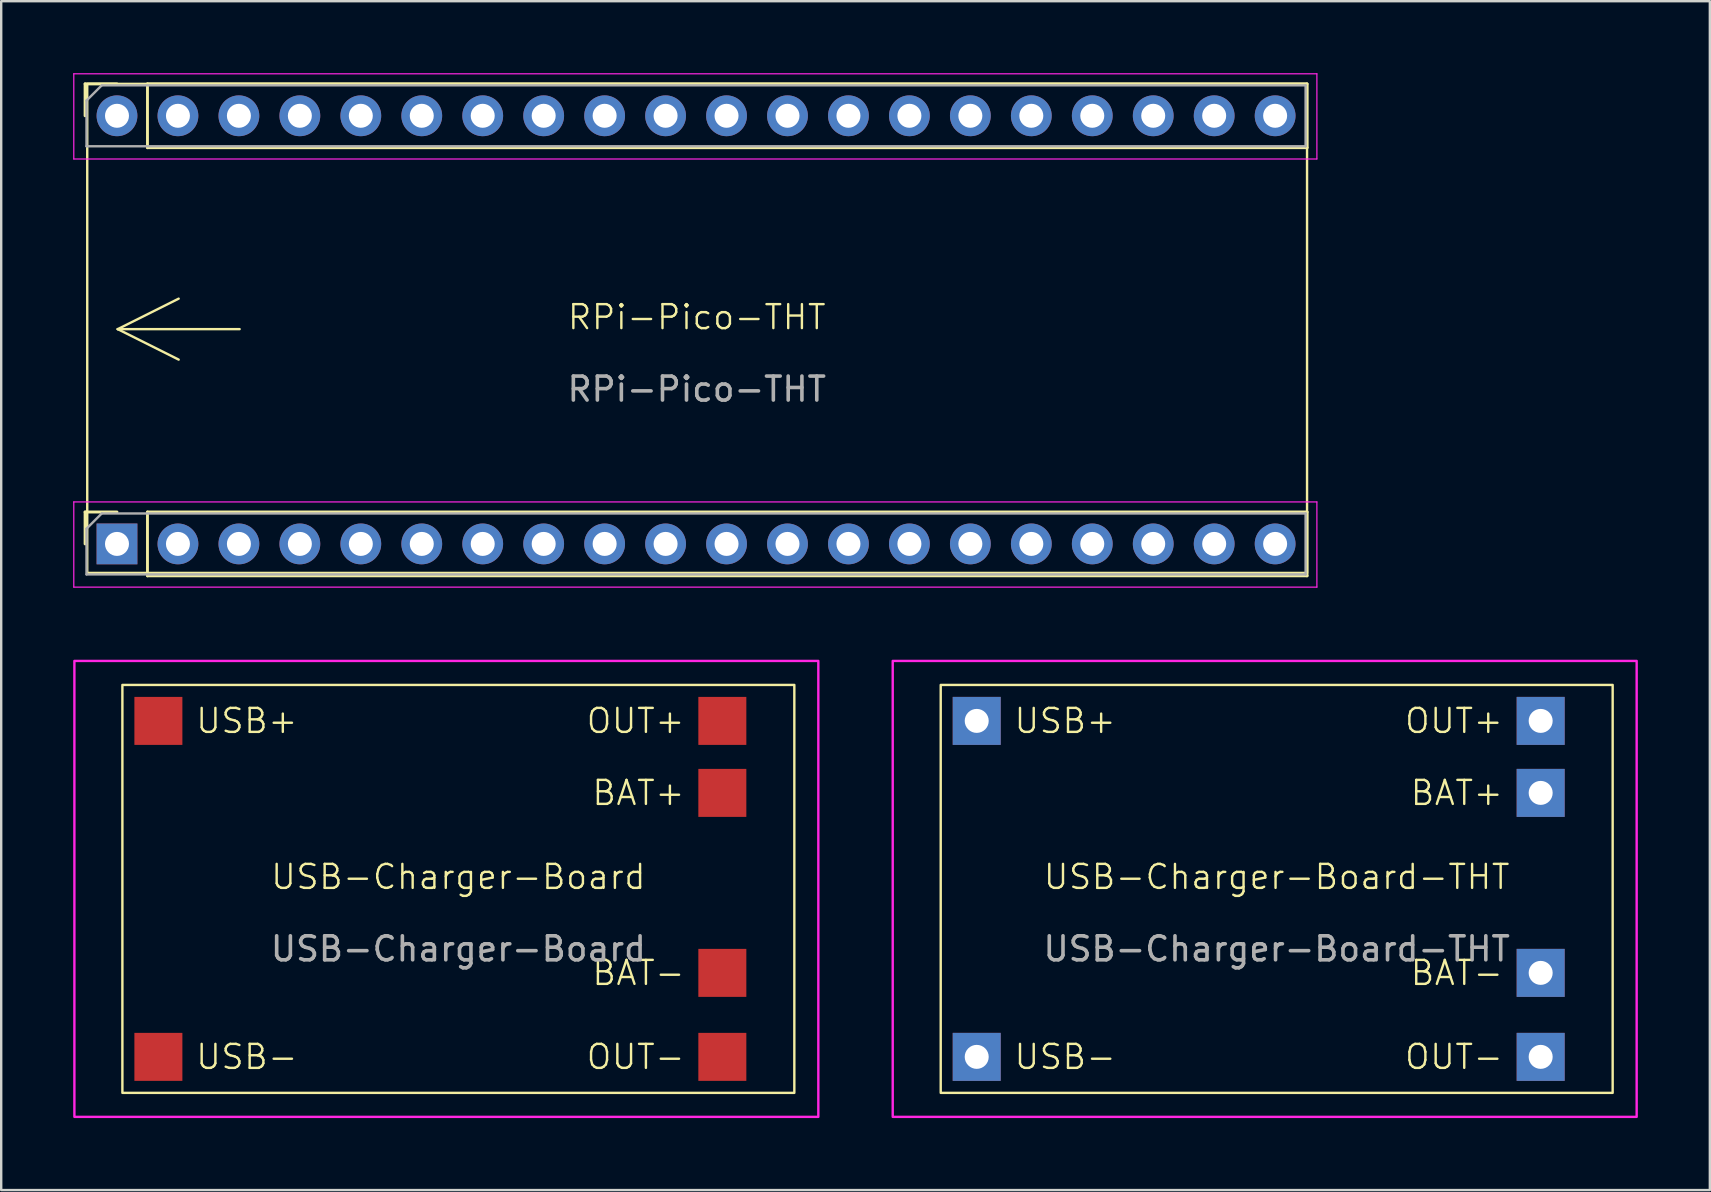
<source format=kicad_pcb>
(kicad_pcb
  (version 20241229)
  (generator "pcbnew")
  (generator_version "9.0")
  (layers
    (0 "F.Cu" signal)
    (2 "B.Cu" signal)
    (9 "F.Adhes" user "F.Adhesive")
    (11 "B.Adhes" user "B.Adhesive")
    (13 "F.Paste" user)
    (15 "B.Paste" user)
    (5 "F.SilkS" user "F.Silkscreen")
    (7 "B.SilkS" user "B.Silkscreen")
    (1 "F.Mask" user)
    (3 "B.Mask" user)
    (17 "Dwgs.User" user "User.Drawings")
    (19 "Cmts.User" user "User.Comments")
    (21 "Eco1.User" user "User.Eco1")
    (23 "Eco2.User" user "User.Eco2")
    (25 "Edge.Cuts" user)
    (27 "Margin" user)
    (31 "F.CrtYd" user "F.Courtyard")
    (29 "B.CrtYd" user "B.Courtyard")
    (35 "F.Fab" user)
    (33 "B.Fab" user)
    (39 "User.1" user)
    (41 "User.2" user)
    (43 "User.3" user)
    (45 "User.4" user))
  (footprint "USB-Charger-Board-THT"
    (layer "F.Cu")
    (at 50.15 33.99)
    (property "Reference" "USB-Charger-Board-THT" (at 0 -0.5 0) (unlocked yes) (layer "F.SilkS") (effects (font (size 1 1) (thickness 0.1))))
    (attr through_hole)
    (fp_rect (start -14 -8.5) (end 14 8.5) (stroke (width 0.1) (type default)) (fill no) (layer "F.SilkS"))
    (fp_rect (start 15 -9.5) (end -16 9.5) (stroke (width 0.1) (type default)) (fill no) (layer "F.CrtYd"))
    (fp_text user "BAT-" (at 9.5 3.5 0) (unlocked yes) (layer "F.SilkS") (effects (font (size 1 1) (thickness 0.1)) (justify right)))
    (fp_text user "BAT+" (at 9.5 -4 0) (unlocked yes) (layer "F.SilkS") (effects (font (size 1 1) (thickness 0.1)) (justify right)))
    (fp_text user "USB+" (at -11 -7 0) (unlocked yes) (layer "F.SilkS") (effects (font (size 1 1) (thickness 0.1)) (justify left)))
    (fp_text user "USB-" (at -11 7 0) (unlocked yes) (layer "F.SilkS") (effects (font (size 1 1) (thickness 0.1)) (justify left)))
    (fp_text user "OUT+" (at 9.5 -7 0) (unlocked yes) (layer "F.SilkS") (effects (font (size 1 1) (thickness 0.1)) (justify right)))
    (fp_text user "OUT-" (at 9.5 7 0) (unlocked yes) (layer "F.SilkS") (effects (font (size 1 1) (thickness 0.1)) (justify right)))
    (fp_text user "${REFERENCE}" (at 0 2.5 0) (unlocked yes) (layer "F.Fab") (effects (font (size 1 1) (thickness 0.15))))
    (pad "1" thru_hole rect (at -12.5 -7) (size 2 2) (drill 1) (layers "*.Cu" "*.Mask"))
    (pad "2" thru_hole rect (at -12.5 7) (size 2 2) (drill 1) (layers "*.Cu" "*.Mask"))
    (pad "3" thru_hole rect (at 11 -7) (size 2 2) (drill 1) (layers "*.Cu" "*.Mask"))
    (pad "4" thru_hole rect (at 11 -4) (size 2 2) (drill 1) (layers "*.Cu" "*.Mask"))
    (pad "5" thru_hole rect (at 11 3.5) (size 2 2) (drill 1) (layers "*.Cu" "*.Mask"))
    (pad "6" thru_hole rect (at 11 7) (size 2 2) (drill 1) (layers "*.Cu" "*.Mask")))
  (footprint "USB-Charger-Board"
    (layer "F.Cu")
    (at 16.05 33.99)
    (property "Reference" "USB-Charger-Board" (at 0 -0.5 0) (unlocked yes) (layer "F.SilkS") (effects (font (size 1 1) (thickness 0.1))))
    (attr smd)
    (fp_rect (start -14 -8.5) (end 14 8.5) (stroke (width 0.1) (type default)) (fill no) (layer "F.SilkS"))
    (fp_rect (start 15 -9.5) (end -16 9.5) (stroke (width 0.1) (type default)) (fill no) (layer "F.CrtYd"))
    (fp_text user "BAT+" (at 9.5 -4 0) (unlocked yes) (layer "F.SilkS") (effects (font (size 1 1) (thickness 0.1)) (justify right)))
    (fp_text user "BAT-" (at 9.5 3.5 0) (unlocked yes) (layer "F.SilkS") (effects (font (size 1 1) (thickness 0.1)) (justify right)))
    (fp_text user "USB+" (at -11 -7 0) (unlocked yes) (layer "F.SilkS") (effects (font (size 1 1) (thickness 0.1)) (justify left)))
    (fp_text user "USB-" (at -11 7 0) (unlocked yes) (layer "F.SilkS") (effects (font (size 1 1) (thickness 0.1)) (justify left)))
    (fp_text user "OUT-" (at 9.5 7 0) (unlocked yes) (layer "F.SilkS") (effects (font (size 1 1) (thickness 0.1)) (justify right)))
    (fp_text user "OUT+" (at 9.5 -7 0) (unlocked yes) (layer "F.SilkS") (effects (font (size 1 1) (thickness 0.1)) (justify right)))
    (fp_text user "${REFERENCE}" (at 0 2.5 0) (unlocked yes) (layer "F.Fab") (effects (font (size 1 1) (thickness 0.15))))
    (pad "1" smd rect (at -12.5 -7) (size 2 2) (layers "F.Cu" "F.Mask" "F.Paste"))
    (pad "2" smd rect (at -12.5 7) (size 2 2) (layers "F.Cu" "F.Mask" "F.Paste"))
    (pad "3" smd rect (at 11 -7) (size 2 2) (layers "F.Cu" "F.Mask" "F.Paste"))
    (pad "4" smd rect (at 11 -4) (size 2 2) (layers "F.Cu" "F.Mask" "F.Paste"))
    (pad "5" smd rect (at 11 3.5) (size 2 2) (layers "F.Cu" "F.Mask" "F.Paste"))
    (pad "6" smd rect (at 11 7) (size 2 2) (layers "F.Cu" "F.Mask" "F.Paste")))
  (footprint "RPi-Pico-THT"
    (layer "F.Cu")
    (at 25.985 10.665)
    (property "Reference" "RPi-Pico-THT" (at 0 -0.5 0) (unlocked yes) (layer "F.SilkS") (effects (font (size 1 1) (thickness 0.1))))
    (attr through_hole)
    (fp_line (start -25.49 -10.22) (end -24.16 -10.22) (stroke (width 0.12) (type solid)) (layer "F.SilkS"))
    (fp_line (start -25.49 -8.89) (end -25.49 -10.22) (stroke (width 0.12) (type solid)) (layer "F.SilkS"))
    (fp_line (start -25.49 7.62) (end -24.16 7.62) (stroke (width 0.12) (type solid)) (layer "F.SilkS"))
    (fp_line (start -25.49 8.95) (end -25.49 7.62) (stroke (width 0.12) (type solid)) (layer "F.SilkS"))
    (fp_line (start -24.13 0) (end -21.59 1.27) (stroke (width 0.1) (type default)) (layer "F.SilkS"))
    (fp_line (start -24.13 0) (end -19.05 0) (stroke (width 0.1) (type default)) (layer "F.SilkS"))
    (fp_line (start -22.89 -10.22) (end 25.43 -10.22) (stroke (width 0.12) (type solid)) (layer "F.SilkS"))
    (fp_line (start -22.89 -7.56) (end -22.89 -10.22) (stroke (width 0.12) (type solid)) (layer "F.SilkS"))
    (fp_line (start -22.89 -7.56) (end 25.43 -7.56) (stroke (width 0.12) (type solid)) (layer "F.SilkS"))
    (fp_line (start -22.89 7.62) (end 25.43 7.62) (stroke (width 0.12) (type solid)) (layer "F.SilkS"))
    (fp_line (start -22.89 10.28) (end -22.89 7.62) (stroke (width 0.12) (type solid)) (layer "F.SilkS"))
    (fp_line (start -22.89 10.28) (end 25.43 10.28) (stroke (width 0.12) (type solid)) (layer "F.SilkS"))
    (fp_line (start -21.59 -1.27) (end -24.13 0) (stroke (width 0.1) (type default)) (layer "F.SilkS"))
    (fp_line (start 25.43 -7.56) (end 25.43 -10.22) (stroke (width 0.12) (type solid)) (layer "F.SilkS"))
    (fp_line (start 25.43 10.28) (end 25.43 7.62) (stroke (width 0.12) (type solid)) (layer "F.SilkS"))
    (fp_rect (start 25.43 -10.22) (end -25.4 10.16) (stroke (width 0.1) (type default)) (fill no) (layer "F.SilkS"))
    (fp_line (start -25.96 -10.64) (end 25.84 -10.64) (stroke (width 0.05) (type solid)) (layer "F.CrtYd"))
    (fp_line (start -25.96 -7.09) (end -25.96 -10.64) (stroke (width 0.05) (type solid)) (layer "F.CrtYd"))
    (fp_line (start -25.96 7.2) (end 25.84 7.2) (stroke (width 0.05) (type solid)) (layer "F.CrtYd"))
    (fp_line (start -25.96 10.75) (end -25.96 7.2) (stroke (width 0.05) (type solid)) (layer "F.CrtYd"))
    (fp_line (start 25.84 -10.64) (end 25.84 -7.09) (stroke (width 0.05) (type solid)) (layer "F.CrtYd"))
    (fp_line (start 25.84 -7.09) (end -25.96 -7.09) (stroke (width 0.05) (type solid)) (layer "F.CrtYd"))
    (fp_line (start 25.84 7.2) (end 25.84 10.75) (stroke (width 0.05) (type solid)) (layer "F.CrtYd"))
    (fp_line (start 25.84 10.75) (end -25.96 10.75) (stroke (width 0.05) (type solid)) (layer "F.CrtYd"))
    (fp_line (start -25.43 -9.525) (end -24.795 -10.16) (stroke (width 0.1) (type solid)) (layer "F.Fab"))
    (fp_line (start -25.43 -7.62) (end -25.43 -9.525) (stroke (width 0.1) (type solid)) (layer "F.Fab"))
    (fp_line (start -25.43 8.315) (end -24.795 7.68) (stroke (width 0.1) (type solid)) (layer "F.Fab"))
    (fp_line (start -25.43 10.22) (end -25.43 8.315) (stroke (width 0.1) (type solid)) (layer "F.Fab"))
    (fp_line (start -24.795 -10.16) (end 25.37 -10.16) (stroke (width 0.1) (type solid)) (layer "F.Fab"))
    (fp_line (start -24.795 7.68) (end 25.37 7.68) (stroke (width 0.1) (type solid)) (layer "F.Fab"))
    (fp_line (start 25.37 -10.16) (end 25.37 -7.62) (stroke (width 0.1) (type solid)) (layer "F.Fab"))
    (fp_line (start 25.37 -7.62) (end -25.43 -7.62) (stroke (width 0.1) (type solid)) (layer "F.Fab"))
    (fp_line (start 25.37 7.68) (end 25.37 10.22) (stroke (width 0.1) (type solid)) (layer "F.Fab"))
    (fp_line (start 25.37 10.22) (end -25.43 10.22) (stroke (width 0.1) (type solid)) (layer "F.Fab"))
    (fp_text user "${REFERENCE}" (at 0 2.5 0) (unlocked yes) (layer "F.Fab") (effects (font (size 1 1) (thickness 0.15))))
    (pad "1" thru_hole rect (at -24.16 8.95 90) (size 1.7 1.7) (drill 1) (layers "*.Cu" "*.Mask"))
    (pad "2" thru_hole oval (at -21.62 8.95 90) (size 1.7 1.7) (drill 1) (layers "*.Cu" "*.Mask"))
    (pad "3" thru_hole oval (at -19.08 8.95 90) (size 1.7 1.7) (drill 1) (layers "*.Cu" "*.Mask"))
    (pad "4" thru_hole oval (at -16.54 8.95 90) (size 1.7 1.7) (drill 1) (layers "*.Cu" "*.Mask"))
    (pad "5" thru_hole oval (at -14 8.95 90) (size 1.7 1.7) (drill 1) (layers "*.Cu" "*.Mask"))
    (pad "6" thru_hole oval (at -11.46 8.95 90) (size 1.7 1.7) (drill 1) (layers "*.Cu" "*.Mask"))
    (pad "7" thru_hole oval (at -8.92 8.95 90) (size 1.7 1.7) (drill 1) (layers "*.Cu" "*.Mask"))
    (pad "8" thru_hole oval (at -6.38 8.95 90) (size 1.7 1.7) (drill 1) (layers "*.Cu" "*.Mask"))
    (pad "9" thru_hole oval (at -3.84 8.95 90) (size 1.7 1.7) (drill 1) (layers "*.Cu" "*.Mask"))
    (pad "10" thru_hole oval (at -1.3 8.95 90) (size 1.7 1.7) (drill 1) (layers "*.Cu" "*.Mask"))
    (pad "11" thru_hole oval (at 1.24 8.95 90) (size 1.7 1.7) (drill 1) (layers "*.Cu" "*.Mask"))
    (pad "12" thru_hole oval (at 3.78 8.95 90) (size 1.7 1.7) (drill 1) (layers "*.Cu" "*.Mask"))
    (pad "13" thru_hole oval (at 6.32 8.95 90) (size 1.7 1.7) (drill 1) (layers "*.Cu" "*.Mask"))
    (pad "14" thru_hole oval (at 8.86 8.95 90) (size 1.7 1.7) (drill 1) (layers "*.Cu" "*.Mask"))
    (pad "15" thru_hole oval (at 11.4 8.95 90) (size 1.7 1.7) (drill 1) (layers "*.Cu" "*.Mask"))
    (pad "16" thru_hole oval (at 13.94 8.95 90) (size 1.7 1.7) (drill 1) (layers "*.Cu" "*.Mask"))
    (pad "17" thru_hole oval (at 16.48 8.95 90) (size 1.7 1.7) (drill 1) (layers "*.Cu" "*.Mask"))
    (pad "18" thru_hole oval (at 19.02 8.95 90) (size 1.7 1.7) (drill 1) (layers "*.Cu" "*.Mask"))
    (pad "19" thru_hole oval (at 21.56 8.95 90) (size 1.7 1.7) (drill 1) (layers "*.Cu" "*.Mask"))
    (pad "20" thru_hole oval (at 24.1 8.95 90) (size 1.7 1.7) (drill 1) (layers "*.Cu" "*.Mask"))
    (pad "21" thru_hole oval (at 24.1 -8.89 90) (size 1.7 1.7) (drill 1) (layers "*.Cu" "*.Mask"))
    (pad "22" thru_hole oval (at 21.56 -8.89 90) (size 1.7 1.7) (drill 1) (layers "*.Cu" "*.Mask"))
    (pad "23" thru_hole oval (at 19.02 -8.89 90) (size 1.7 1.7) (drill 1) (layers "*.Cu" "*.Mask"))
    (pad "24" thru_hole oval (at 16.48 -8.89 90) (size 1.7 1.7) (drill 1) (layers "*.Cu" "*.Mask"))
    (pad "25" thru_hole oval (at 13.94 -8.89 90) (size 1.7 1.7) (drill 1) (layers "*.Cu" "*.Mask"))
    (pad "26" thru_hole oval (at 11.4 -8.89 90) (size 1.7 1.7) (drill 1) (layers "*.Cu" "*.Mask"))
    (pad "27" thru_hole oval (at 8.86 -8.89 90) (size 1.7 1.7) (drill 1) (layers "*.Cu" "*.Mask"))
    (pad "28" thru_hole oval (at 6.32 -8.89 90) (size 1.7 1.7) (drill 1) (layers "*.Cu" "*.Mask"))
    (pad "29" thru_hole oval (at 3.78 -8.89 90) (size 1.7 1.7) (drill 1) (layers "*.Cu" "*.Mask"))
    (pad "30" thru_hole oval (at 1.24 -8.89 90) (size 1.7 1.7) (drill 1) (layers "*.Cu" "*.Mask"))
    (pad "31" thru_hole oval (at -1.3 -8.89 90) (size 1.7 1.7) (drill 1) (layers "*.Cu" "*.Mask"))
    (pad "32" thru_hole oval (at -3.84 -8.89 90) (size 1.7 1.7) (drill 1) (layers "*.Cu" "*.Mask"))
    (pad "33" thru_hole oval (at -6.38 -8.89 90) (size 1.7 1.7) (drill 1) (layers "*.Cu" "*.Mask"))
    (pad "34" thru_hole oval (at -8.92 -8.89 90) (size 1.7 1.7) (drill 1) (layers "*.Cu" "*.Mask"))
    (pad "35" thru_hole oval (at -11.46 -8.89 90) (size 1.7 1.7) (drill 1) (layers "*.Cu" "*.Mask"))
    (pad "36" thru_hole oval (at -14 -8.89 90) (size 1.7 1.7) (drill 1) (layers "*.Cu" "*.Mask"))
    (pad "37" thru_hole oval (at -16.54 -8.89 90) (size 1.7 1.7) (drill 1) (layers "*.Cu" "*.Mask"))
    (pad "38" thru_hole oval (at -19.08 -8.89 90) (size 1.7 1.7) (drill 1) (layers "*.Cu" "*.Mask"))
    (pad "39" thru_hole oval (at -21.62 -8.89 90) (size 1.7 1.7) (drill 1) (layers "*.Cu" "*.Mask"))
    (pad "40" thru_hole circle (at -24.16 -8.89 90) (size 1.7 1.7) (drill 1) (layers "*.Cu" "*.Mask")))
  (gr_rect
    (start -3 -3)
    (end 68.2 46.54)
    (stroke (width 0.1) (type default))
    (fill no)
    (layer "Edge.Cuts")))
</source>
